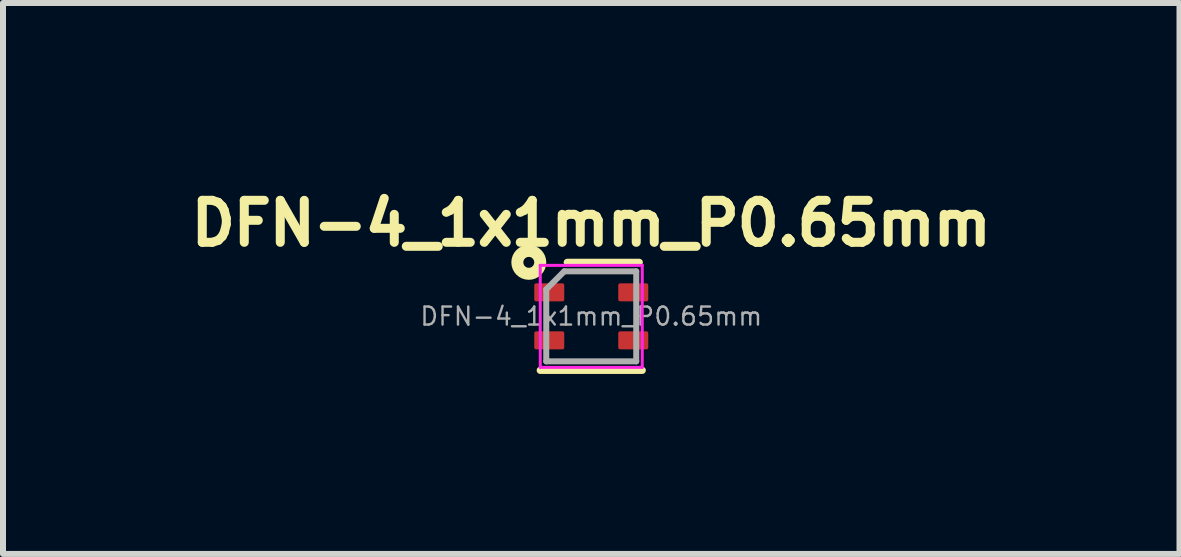
<source format=kicad_pcb>
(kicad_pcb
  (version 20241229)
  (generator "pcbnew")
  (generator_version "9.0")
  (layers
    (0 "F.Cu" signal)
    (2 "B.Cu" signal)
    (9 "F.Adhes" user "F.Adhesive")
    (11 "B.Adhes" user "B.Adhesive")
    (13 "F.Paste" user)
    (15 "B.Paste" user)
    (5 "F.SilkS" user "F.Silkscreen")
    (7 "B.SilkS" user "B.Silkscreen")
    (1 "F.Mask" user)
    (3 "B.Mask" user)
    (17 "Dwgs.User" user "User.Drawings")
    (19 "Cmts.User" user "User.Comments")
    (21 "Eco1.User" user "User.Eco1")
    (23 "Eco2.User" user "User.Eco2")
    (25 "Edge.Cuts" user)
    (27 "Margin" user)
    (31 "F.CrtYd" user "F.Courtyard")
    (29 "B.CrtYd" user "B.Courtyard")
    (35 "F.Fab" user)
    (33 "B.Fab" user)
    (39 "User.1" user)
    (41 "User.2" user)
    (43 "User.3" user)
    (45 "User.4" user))
  (footprint "DFN-4_1x1mm_P0.65mm"
    (layer "F.Cu")
    (at 6.805 2.223)
    (property "Reference" "DFN-4_1x1mm_P0.65mm" (at 0 -1.55 0) (layer "F.SilkS") (effects (font (size 0.7 0.7) (thickness 0.15))))
    (attr smd)
    (fp_line (start -0.85 0.9) (end 0.85 0.9) (stroke (width 0.12) (type solid)) (layer "F.SilkS"))
    (fp_line (start -0.4 -0.9) (end 0.8 -0.9) (stroke (width 0.12) (type solid)) (layer "F.SilkS"))
    (fp_circle (center -1.041 -0.9) (end -0.95 -0.9) (stroke (width 0.2) (type solid)) (fill no) (layer "F.SilkS"))
    (fp_line (start -0.85 -0.85) (end -0.85 0.85) (stroke (width 0.05) (type solid)) (layer "F.CrtYd"))
    (fp_line (start -0.85 0.85) (end 0.85 0.85) (stroke (width 0.05) (type solid)) (layer "F.CrtYd"))
    (fp_line (start 0.85 -0.85) (end -0.85 -0.85) (stroke (width 0.05) (type solid)) (layer "F.CrtYd"))
    (fp_line (start 0.85 0.85) (end 0.85 -0.85) (stroke (width 0.05) (type solid)) (layer "F.CrtYd"))
    (fp_line (start -0.75 -0.45) (end -0.45 -0.75) (stroke (width 0.1) (type solid)) (layer "F.Fab"))
    (fp_line (start -0.75 0.75) (end -0.75 -0.45) (stroke (width 0.1) (type solid)) (layer "F.Fab"))
    (fp_line (start -0.45 -0.75) (end 0.75 -0.75) (stroke (width 0.1) (type solid)) (layer "F.Fab"))
    (fp_line (start 0.75 -0.75) (end 0.75 0.75) (stroke (width 0.1) (type solid)) (layer "F.Fab"))
    (fp_line (start 0.75 0.75) (end -0.75 0.75) (stroke (width 0.1) (type solid)) (layer "F.Fab"))
    (fp_text user "${REFERENCE}" (at 0 0 0) (layer "F.Fab") (effects (font (size 0.3 0.3) (thickness 0.04))))
    (pad "1" smd roundrect (at -0.7 -0.4) (size 0.5 0.3) (layers "F.Cu" "F.Mask" "F.Paste") (roundrect_rratio 0.1))
    (pad "2" smd roundrect (at -0.7 0.4) (size 0.5 0.3) (layers "F.Cu" "F.Mask" "F.Paste") (roundrect_rratio 0.1))
    (pad "3" smd roundrect (at 0.7 0.4) (size 0.5 0.3) (layers "F.Cu" "F.Mask" "F.Paste") (roundrect_rratio 0.1))
    (pad "4" smd roundrect (at 0.7 -0.4) (size 0.5 0.3) (layers "F.Cu" "F.Mask" "F.Paste") (roundrect_rratio 0.1)))
  (gr_rect
    (start -3 -3)
    (end 16.61 6.183)
    (stroke (width 0.1) (type default))
    (fill no)
    (layer "Edge.Cuts")))
</source>
